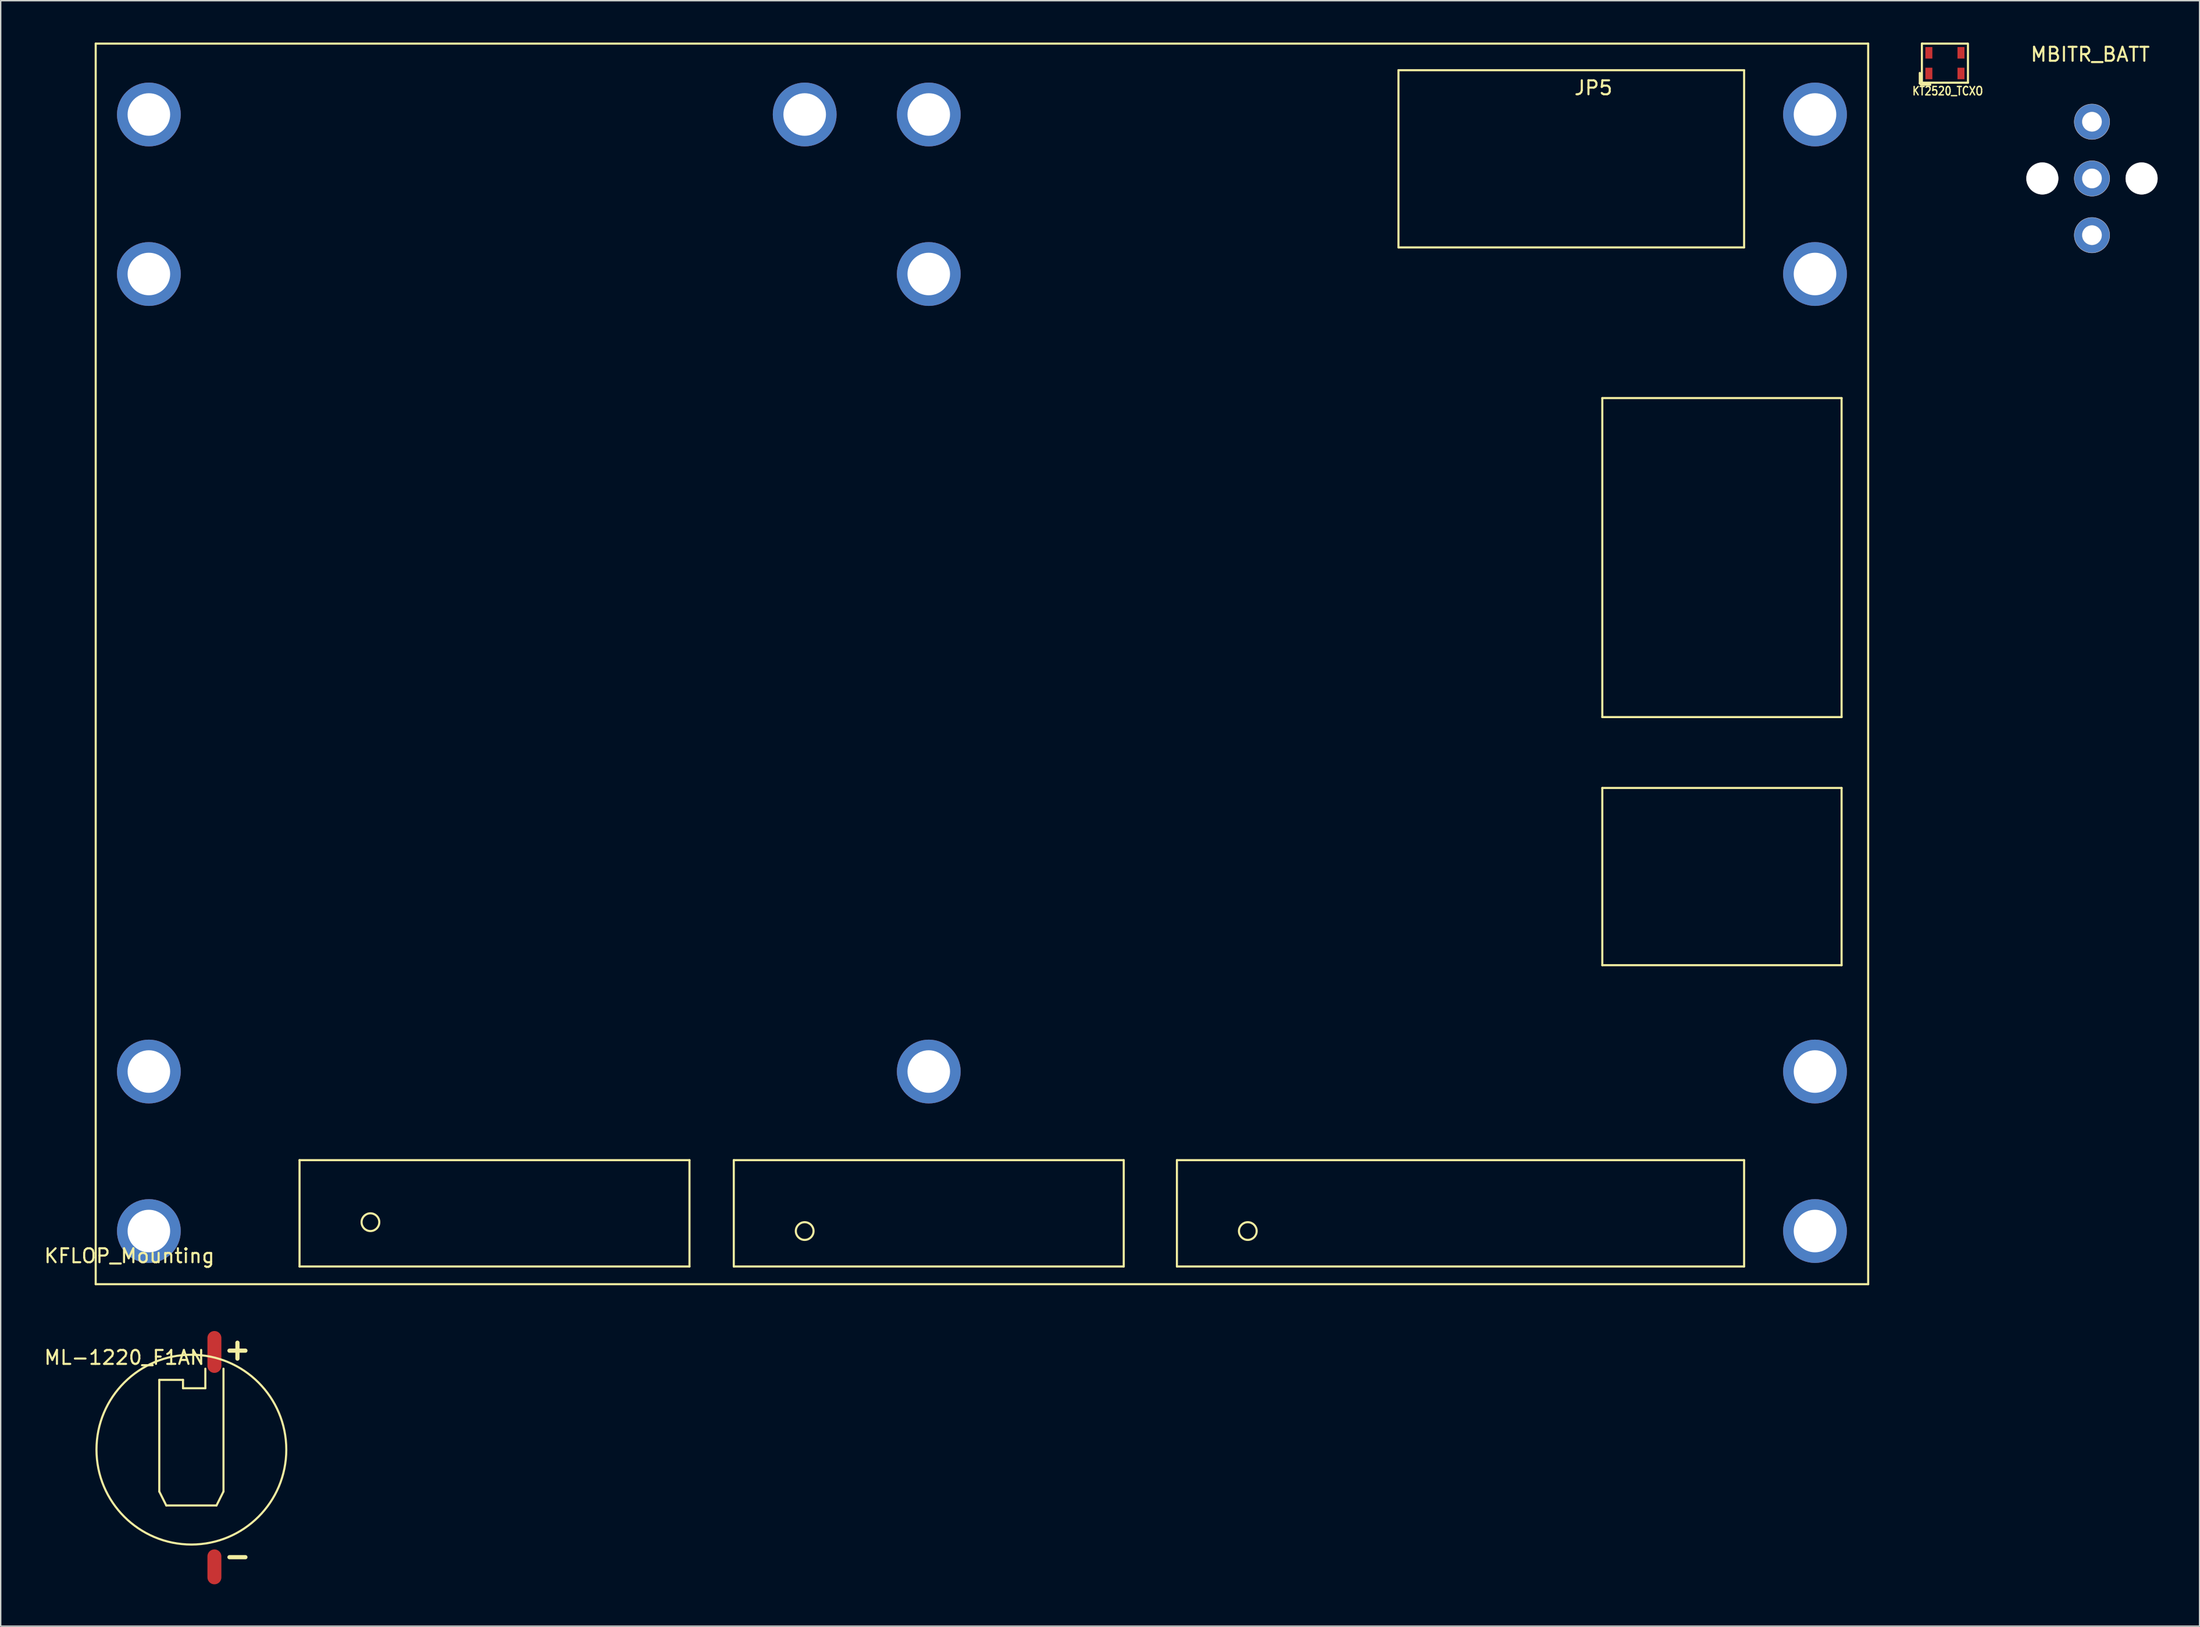
<source format=kicad_pcb>
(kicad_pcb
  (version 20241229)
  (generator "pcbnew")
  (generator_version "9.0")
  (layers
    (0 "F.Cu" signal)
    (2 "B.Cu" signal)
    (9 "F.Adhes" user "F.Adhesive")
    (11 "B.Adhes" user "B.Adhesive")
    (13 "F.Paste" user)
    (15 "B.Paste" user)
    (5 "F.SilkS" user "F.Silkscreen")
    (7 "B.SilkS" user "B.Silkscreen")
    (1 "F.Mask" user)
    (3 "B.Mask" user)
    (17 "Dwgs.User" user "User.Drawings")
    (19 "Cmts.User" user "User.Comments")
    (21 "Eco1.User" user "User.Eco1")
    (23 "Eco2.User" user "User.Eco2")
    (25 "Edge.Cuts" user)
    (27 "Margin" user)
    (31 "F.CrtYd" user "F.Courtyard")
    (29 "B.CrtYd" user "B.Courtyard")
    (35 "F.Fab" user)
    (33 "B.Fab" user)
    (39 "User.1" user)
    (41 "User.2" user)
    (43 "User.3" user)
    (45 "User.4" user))
  (footprint "KT2520_TCXO"
    (layer "F.Cu")
    (at 136.306 1.475)
    (property "Reference" "KT2520_TCXO" (at 0.2 2 0) (layer "F.SilkS") (effects (font (size 0.6 0.5) (thickness 0.1))))
    (attr through_hole)
    (fp_line (start -1.8 0.7) (end -1.8 1.45) (stroke (width 0.15) (type solid)) (layer "F.SilkS"))
    (fp_line (start -1.8 1.45) (end -1.7 1.55) (stroke (width 0.15) (type solid)) (layer "F.SilkS"))
    (fp_line (start -1.7 1.55) (end -1.05 1.55) (stroke (width 0.15) (type solid)) (layer "F.SilkS"))
    (fp_line (start -1.65 -1.4) (end 1.6 -1.4) (stroke (width 0.15) (type solid)) (layer "F.SilkS"))
    (fp_line (start -1.65 1.4) (end -1.65 -1.4) (stroke (width 0.15) (type solid)) (layer "F.SilkS"))
    (fp_line (start -1.6 -1.4) (end -1.6 -1.4) (stroke (width 0.15) (type solid)) (layer "F.SilkS"))
    (fp_line (start -1.05 1.55) (end -1.05 1.55) (stroke (width 0.15) (type solid)) (layer "F.SilkS"))
    (fp_line (start 1.65 -1.4) (end 1.65 1.4) (stroke (width 0.15) (type solid)) (layer "F.SilkS"))
    (fp_line (start 1.65 1.4) (end -1.6 1.4) (stroke (width 0.15) (type solid)) (layer "F.SilkS"))
    (pad "1" smd rect (at -1.15 0.74) (size 0.5 0.825) (layers "F.Cu" "F.Mask" "F.Paste"))
    (pad "2" smd rect (at 1.15 0.74) (size 0.5 0.825) (layers "F.Cu" "F.Mask" "F.Paste"))
    (pad "3" smd rect (at 1.15 -0.74) (size 0.5 0.825) (layers "F.Cu" "F.Mask" "F.Paste"))
    (pad "4" smd rect (at -1.15 -0.74) (size 0.5 0.825) (layers "F.Cu" "F.Mask" "F.Paste")))
  (footprint "MBITR_BATT"
    (layer "F.Cu")
    (at 146.842 9.738)
    (property "Reference" "MBITR_BATT" (at -0.127 -8.89 0) (layer "F.SilkS") (effects (font (size 1 1) (thickness 0.15))))
    (attr through_hole)
    (fp_circle (center -3.556 0) (end -2.642 0) (stroke (width 0.025) (type solid)) (fill no) (layer "Dwgs.User"))
    (fp_circle (center -3.556 0) (end -2.413 0) (stroke (width 0.025) (type solid)) (fill no) (layer "Dwgs.User"))
    (fp_circle (center 0 -4.064) (end 0.699 -4.064) (stroke (width 0.025) (type solid)) (fill no) (layer "Dwgs.User"))
    (fp_circle (center 0 -4.064) (end 1.27 -4.064) (stroke (width 0.025) (type solid)) (fill no) (layer "Dwgs.User"))
    (fp_circle (center 0 0) (end 0.699 0) (stroke (width 0.025) (type solid)) (fill no) (layer "Dwgs.User"))
    (fp_circle (center 0 0) (end 1.27 0) (stroke (width 0.025) (type solid)) (fill no) (layer "Dwgs.User"))
    (fp_circle (center 0 4.064) (end 0.699 4.064) (stroke (width 0.025) (type solid)) (fill no) (layer "Dwgs.User"))
    (fp_circle (center 0 4.064) (end 1.27 4.064) (stroke (width 0.025) (type solid)) (fill no) (layer "Dwgs.User"))
    (fp_circle (center 3.556 0) (end 4.47 0) (stroke (width 0.025) (type solid)) (fill no) (layer "Dwgs.User"))
    (fp_circle (center 3.556 0) (end 4.699 0) (stroke (width 0.025) (type solid)) (fill no) (layer "Dwgs.User"))
    (pad "" np_thru_hole circle (at -3.556 0) (size 2.286 2.286) (drill 2.286) (layers "*.Cu" "*.Mask"))
    (pad "" np_thru_hole circle (at 3.556 0) (size 2.286 2.286) (drill 2.286) (layers "*.Cu" "*.Mask"))
    (pad "1" thru_hole circle (at 0 0) (size 2.54 2.54) (drill 1.397) (layers "*.Cu" "*.Mask"))
    (pad "2" thru_hole circle (at 0 -4.064) (size 2.54 2.54) (drill 1.397) (layers "*.Cu" "*.Mask"))
    (pad "2" thru_hole circle (at 0 4.064) (size 2.54 2.54) (drill 1.397) (layers "*.Cu" "*.Mask")))
  (footprint "ML-1220_F1AN"
    (layer "F.Cu")
    (at 10.663 100.829)
    (property "Reference" "ML-1220_F1AN" (at -4.8 -6.6 0) (layer "F.SilkS") (effects (font (size 1 1) (thickness 0.15))))
    (attr through_hole)
    (fp_line (start -2.3 -5) (end -0.6 -5) (stroke (width 0.15) (type solid)) (layer "F.SilkS"))
    (fp_line (start -2.3 3) (end -2.3 -5) (stroke (width 0.15) (type solid)) (layer "F.SilkS"))
    (fp_line (start -1.8 4) (end -2.3 3) (stroke (width 0.15) (type solid)) (layer "F.SilkS"))
    (fp_line (start -0.6 -4.4) (end -0.6 -5) (stroke (width 0.15) (type solid)) (layer "F.SilkS"))
    (fp_line (start -0.6 -4.4) (end 1 -4.4) (stroke (width 0.15) (type solid)) (layer "F.SilkS"))
    (fp_line (start 1 -4.4) (end 1 -5.8) (stroke (width 0.15) (type solid)) (layer "F.SilkS"))
    (fp_line (start 1.8 4) (end -1.8 4) (stroke (width 0.15) (type solid)) (layer "F.SilkS"))
    (fp_line (start 2.3 -5.8) (end 2.3 3) (stroke (width 0.15) (type solid)) (layer "F.SilkS"))
    (fp_line (start 2.3 3) (end 1.8 4) (stroke (width 0.15) (type solid)) (layer "F.SilkS"))
    (fp_circle (center 0 0) (end 0 -6.8) (stroke (width 0.15) (type solid)) (fill no) (layer "F.SilkS"))
    (fp_text user "+" (at 3.3 -7.2 0) (layer "F.SilkS") (effects (font (size 1.5 1.5) (thickness 0.3))))
    (fp_text user "-" (at 3.3 7.6 0) (layer "F.SilkS") (effects (font (size 1.5 1.5) (thickness 0.3))))
    (pad "1" smd oval (at 1.65 -7) (size 1 3) (layers "F.Cu" "F.Mask" "F.Paste"))
    (pad "2" smd oval (at 1.65 8.4) (size 1 2.5) (layers "F.Cu" "F.Mask" "F.Paste")))
  (footprint "KFLOP_Mounting"
    (layer "F.Cu")
    (at 3.807 88.975)
    (property "Reference" "KFLOP_Mounting" (at 2.413 -2.032 0) (layer "F.SilkS") (effects (font (size 1 1) (thickness 0.15))))
    (attr through_hole)
    (fp_line (start 0 0) (end 0 -88.9) (stroke (width 0.15) (type solid)) (layer "F.SilkS"))
    (fp_line (start 0 0) (end 127 0) (stroke (width 0.15) (type solid)) (layer "F.SilkS"))
    (fp_line (start 14.605 -8.89) (end 14.605 -1.27) (stroke (width 0.15) (type solid)) (layer "F.SilkS"))
    (fp_line (start 14.605 -1.27) (end 42.545 -1.27) (stroke (width 0.15) (type solid)) (layer "F.SilkS"))
    (fp_line (start 42.545 -8.89) (end 14.605 -8.89) (stroke (width 0.15) (type solid)) (layer "F.SilkS"))
    (fp_line (start 42.545 -8.89) (end 42.545 -1.27) (stroke (width 0.15) (type solid)) (layer "F.SilkS"))
    (fp_line (start 45.72 -8.89) (end 45.72 -1.27) (stroke (width 0.15) (type solid)) (layer "F.SilkS"))
    (fp_line (start 45.72 -1.27) (end 73.66 -1.27) (stroke (width 0.15) (type solid)) (layer "F.SilkS"))
    (fp_line (start 73.66 -8.89) (end 45.72 -8.89) (stroke (width 0.15) (type solid)) (layer "F.SilkS"))
    (fp_line (start 73.66 -1.27) (end 73.66 -8.89) (stroke (width 0.15) (type solid)) (layer "F.SilkS"))
    (fp_line (start 77.47 -8.89) (end 77.47 -1.27) (stroke (width 0.15) (type solid)) (layer "F.SilkS"))
    (fp_line (start 77.47 -1.27) (end 118.11 -1.27) (stroke (width 0.15) (type solid)) (layer "F.SilkS"))
    (fp_line (start 93.345 -86.995) (end 118.11 -86.995) (stroke (width 0.15) (type solid)) (layer "F.SilkS"))
    (fp_line (start 93.345 -74.295) (end 93.345 -86.995) (stroke (width 0.15) (type solid)) (layer "F.SilkS"))
    (fp_line (start 107.95 -63.5) (end 107.95 -40.64) (stroke (width 0.15) (type solid)) (layer "F.SilkS"))
    (fp_line (start 107.95 -40.64) (end 125.095 -40.64) (stroke (width 0.15) (type solid)) (layer "F.SilkS"))
    (fp_line (start 107.95 -35.56) (end 107.95 -22.86) (stroke (width 0.15) (type solid)) (layer "F.SilkS"))
    (fp_line (start 107.95 -22.86) (end 125.095 -22.86) (stroke (width 0.15) (type solid)) (layer "F.SilkS"))
    (fp_line (start 118.11 -86.995) (end 118.11 -74.295) (stroke (width 0.15) (type solid)) (layer "F.SilkS"))
    (fp_line (start 118.11 -74.295) (end 93.345 -74.295) (stroke (width 0.15) (type solid)) (layer "F.SilkS"))
    (fp_line (start 118.11 -8.89) (end 77.47 -8.89) (stroke (width 0.15) (type solid)) (layer "F.SilkS"))
    (fp_line (start 118.11 -1.27) (end 118.11 -8.89) (stroke (width 0.15) (type solid)) (layer "F.SilkS"))
    (fp_line (start 125.095 -63.5) (end 107.95 -63.5) (stroke (width 0.15) (type solid)) (layer "F.SilkS"))
    (fp_line (start 125.095 -40.64) (end 125.095 -63.5) (stroke (width 0.15) (type solid)) (layer "F.SilkS"))
    (fp_line (start 125.095 -35.56) (end 107.95 -35.56) (stroke (width 0.15) (type solid)) (layer "F.SilkS"))
    (fp_line (start 125.095 -22.86) (end 125.095 -35.56) (stroke (width 0.15) (type solid)) (layer "F.SilkS"))
    (fp_line (start 127 -88.9) (end 0 -88.9) (stroke (width 0.15) (type solid)) (layer "F.SilkS"))
    (fp_line (start 127 0) (end 127 -88.9) (stroke (width 0.15) (type solid)) (layer "F.SilkS"))
    (fp_circle (center 19.685 -4.445) (end 20.32 -4.445) (stroke (width 0.15) (type solid)) (fill no) (layer "F.SilkS"))
    (fp_circle (center 50.8 -3.81) (end 51.435 -3.81) (stroke (width 0.15) (type solid)) (fill no) (layer "F.SilkS"))
    (fp_circle (center 82.55 -3.81) (end 83.185 -3.81) (stroke (width 0.15) (type solid)) (fill no) (layer "F.SilkS"))
    (fp_text user "JP5" (at 107.315 -85.725 0) (layer "F.SilkS") (effects (font (size 1 1) (thickness 0.15))))
    (pad "1" thru_hole circle (at 50.8 -83.82) (size 4.572 4.572) (drill 3.048) (layers "*.Cu" "*.Mask"))
    (pad "2" thru_hole circle (at 3.81 -83.82) (size 4.572 4.572) (drill 3.048) (layers "*.Cu" "*.Mask"))
    (pad "2" thru_hole circle (at 3.81 -72.39) (size 4.572 4.572) (drill 3.048) (layers "*.Cu" "*.Mask"))
    (pad "2" thru_hole circle (at 3.81 -15.24) (size 4.572 4.572) (drill 3.048) (layers "*.Cu" "*.Mask"))
    (pad "2" thru_hole circle (at 3.81 -3.81) (size 4.572 4.572) (drill 3.048) (layers "*.Cu" "*.Mask"))
    (pad "2" thru_hole circle (at 59.69 -83.82) (size 4.572 4.572) (drill 3.048) (layers "*.Cu" "*.Mask"))
    (pad "2" thru_hole circle (at 59.69 -72.39) (size 4.572 4.572) (drill 3.048) (layers "*.Cu" "*.Mask"))
    (pad "2" thru_hole circle (at 59.69 -15.24) (size 4.572 4.572) (drill 3.048) (layers "*.Cu" "*.Mask"))
    (pad "2" thru_hole circle (at 123.19 -83.82) (size 4.572 4.572) (drill 3.048) (layers "*.Cu" "*.Mask"))
    (pad "2" thru_hole circle (at 123.19 -72.39) (size 4.572 4.572) (drill 3.048) (layers "*.Cu" "*.Mask"))
    (pad "2" thru_hole circle (at 123.19 -15.24) (size 4.572 4.572) (drill 3.048) (layers "*.Cu" "*.Mask"))
    (pad "2" thru_hole circle (at 123.19 -3.81) (size 4.572 4.572) (drill 3.048) (layers "*.Cu" "*.Mask")))
  (gr_rect
    (start -3 -3)
    (end 154.553 113.479)
    (stroke (width 0.1) (type default))
    (fill no)
    (layer "Edge.Cuts")))
</source>
